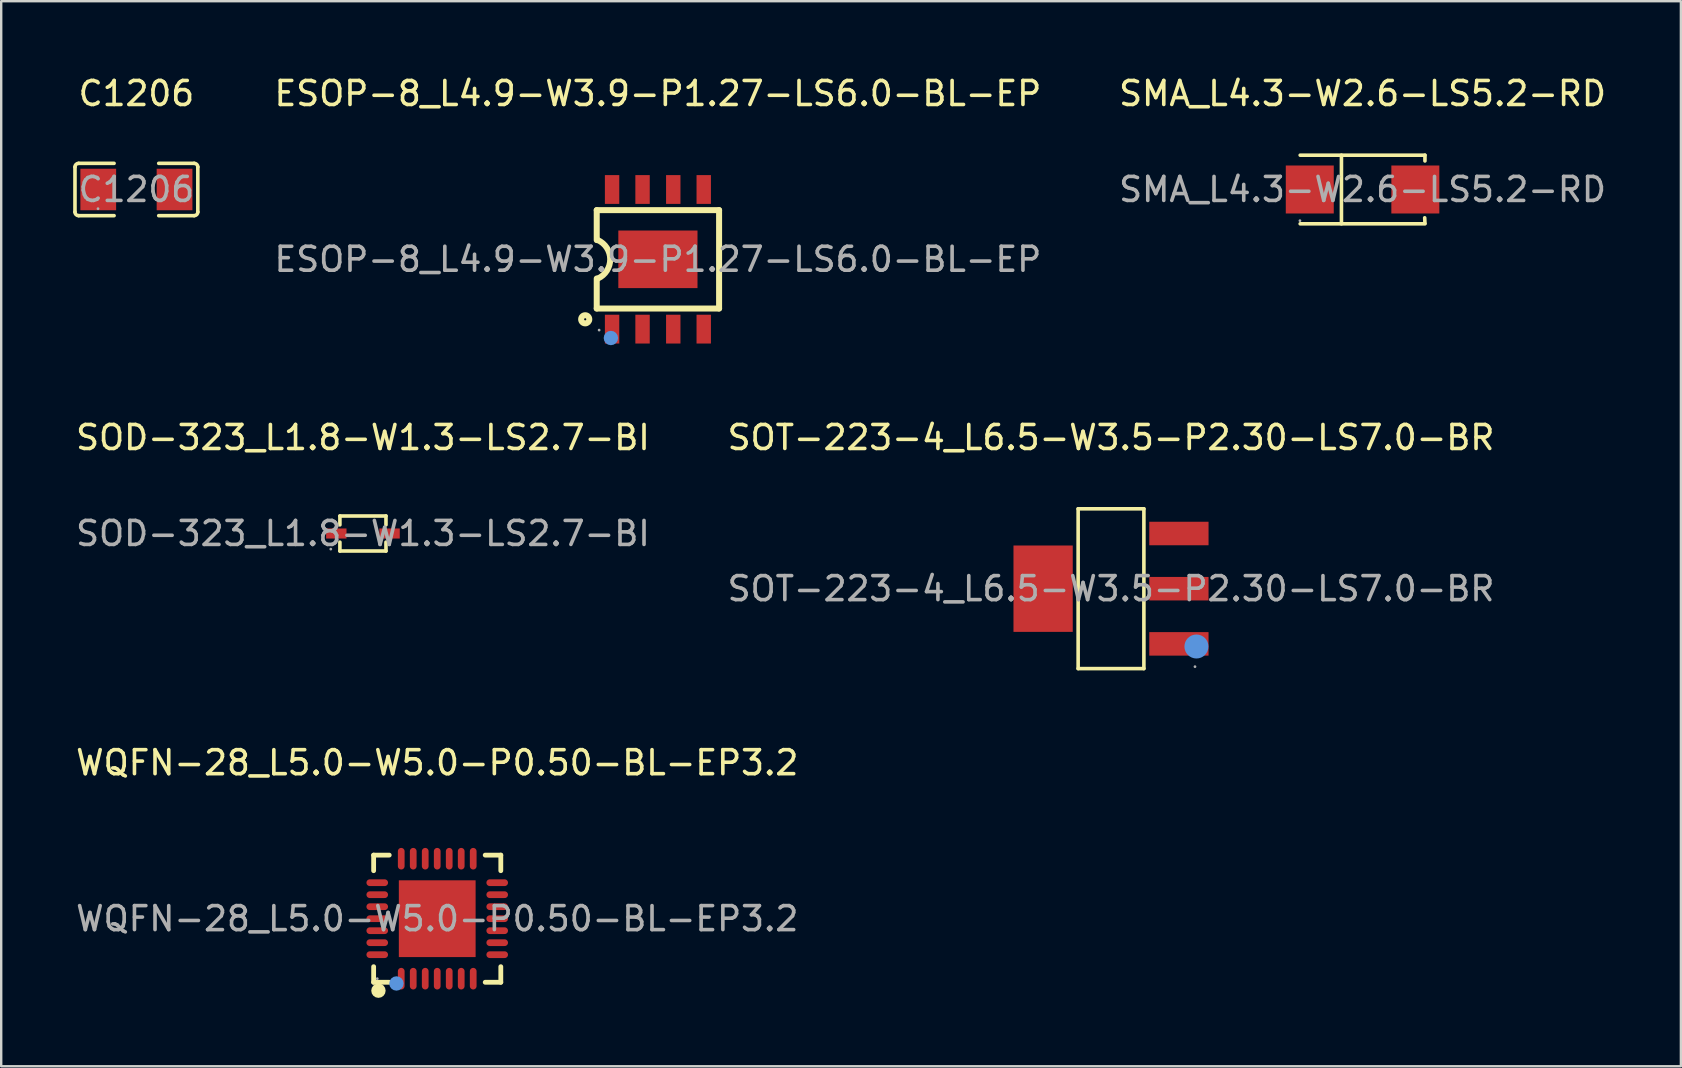
<source format=kicad_pcb>
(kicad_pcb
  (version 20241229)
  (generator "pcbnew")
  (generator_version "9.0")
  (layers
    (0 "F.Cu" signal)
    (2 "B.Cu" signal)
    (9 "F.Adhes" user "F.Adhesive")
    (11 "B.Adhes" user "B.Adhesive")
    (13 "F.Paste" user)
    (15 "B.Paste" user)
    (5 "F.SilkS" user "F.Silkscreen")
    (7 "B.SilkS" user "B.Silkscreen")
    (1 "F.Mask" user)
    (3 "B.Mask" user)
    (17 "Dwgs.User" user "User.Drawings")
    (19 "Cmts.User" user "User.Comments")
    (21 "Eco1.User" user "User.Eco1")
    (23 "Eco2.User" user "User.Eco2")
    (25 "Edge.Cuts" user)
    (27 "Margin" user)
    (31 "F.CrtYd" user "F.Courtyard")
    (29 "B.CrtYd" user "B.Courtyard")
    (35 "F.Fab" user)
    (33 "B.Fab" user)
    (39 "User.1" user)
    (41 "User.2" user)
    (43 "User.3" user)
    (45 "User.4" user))
  (footprint "ESOP-8_L4.9-W3.9-P1.27-LS6.0-BL-EP"
    (layer "F.Cu")
    (at 24.371 7.758)
    (property "Reference" "ESOP-8_L4.9-W3.9-P1.27-LS6.0-BL-EP" (at 0 -6.91 0) (layer "F.SilkS") (effects (font (size 1 1) (thickness 0.15))))
    (attr smd)
    (fp_line (start -2.55 -2.05) (end 2.55 -2.05) (stroke (width 0.25) (type solid)) (layer "F.SilkS"))
    (fp_line (start -2.55 -0.8) (end -2.55 -2.05) (stroke (width 0.25) (type solid)) (layer "F.SilkS"))
    (fp_line (start -2.55 0.8) (end -2.55 2.05) (stroke (width 0.25) (type solid)) (layer "F.SilkS"))
    (fp_line (start 2.55 -2.05) (end 2.55 2.05) (stroke (width 0.25) (type solid)) (layer "F.SilkS"))
    (fp_line (start 2.55 2.05) (end -2.55 2.05) (stroke (width 0.25) (type solid)) (layer "F.SilkS"))
    (fp_arc (start -2.505609 -0.80257) (mid -1.988586 -0.003085) (end -2.5 0.8) (stroke (width 0.25) (type solid)) (layer "F.SilkS"))
    (fp_circle (center -3.03 2.5) (end -2.86 2.5) (stroke (width 0.25) (type solid)) (fill no) (layer "F.SilkS"))
    (fp_circle (center -1.96 3.28) (end -1.81 3.28) (stroke (width 0.3) (type solid)) (fill no) (layer "Cmts.User"))
    (fp_circle (center -2.45 2.95) (end -2.42 2.95) (stroke (width 0.06) (type solid)) (fill no) (layer "F.Fab"))
    (fp_text user "${REFERENCE}" (at 0 0 0) (layer "F.Fab") (effects (font (size 1 1) (thickness 0.15))))
    (pad "1" smd rect (at -1.91 2.91) (size 0.6 1.2) (layers "F.Cu" "F.Mask" "F.Paste"))
    (pad "2" smd rect (at -0.64 2.91) (size 0.6 1.2) (layers "F.Cu" "F.Mask" "F.Paste"))
    (pad "3" smd rect (at 0.64 2.91) (size 0.6 1.2) (layers "F.Cu" "F.Mask" "F.Paste"))
    (pad "4" smd rect (at 1.91 2.91) (size 0.6 1.2) (layers "F.Cu" "F.Mask" "F.Paste"))
    (pad "5" smd rect (at 1.91 -2.91) (size 0.6 1.2) (layers "F.Cu" "F.Mask" "F.Paste"))
    (pad "6" smd rect (at 0.64 -2.91) (size 0.6 1.2) (layers "F.Cu" "F.Mask" "F.Paste"))
    (pad "7" smd rect (at -0.64 -2.91) (size 0.6 1.2) (layers "F.Cu" "F.Mask" "F.Paste"))
    (pad "8" smd rect (at -1.91 -2.91) (size 0.6 1.2) (layers "F.Cu" "F.Mask" "F.Paste"))
    (pad "9" smd rect (at 0 0 180) (size 3.3 2.4) (layers "F.Cu" "F.Mask" "F.Paste")))
  (footprint "SOT-223-4_L6.5-W3.5-P2.30-LS7.0-BR"
    (layer "F.Cu")
    (at 43.256 21.486)
    (property "Reference" "SOT-223-4_L6.5-W3.5-P2.30-LS7.0-BR" (at 0 -6.3 0) (layer "F.SilkS") (effects (font (size 1 1) (thickness 0.15))))
    (attr smd)
    (fp_line (start -1.37 -3.33) (end 1.37 -3.33) (stroke (width 0.15) (type solid)) (layer "F.SilkS"))
    (fp_line (start -1.37 3.33) (end -1.37 -3.33) (stroke (width 0.15) (type solid)) (layer "F.SilkS"))
    (fp_line (start 1.37 -3.33) (end 1.37 3.33) (stroke (width 0.15) (type solid)) (layer "F.SilkS"))
    (fp_line (start 1.37 3.33) (end -1.37 3.33) (stroke (width 0.15) (type solid)) (layer "F.SilkS"))
    (fp_circle (center 3.56 2.41) (end 3.81 2.41) (stroke (width 0.5) (type solid)) (fill no) (layer "Cmts.User"))
    (fp_circle (center 3.5 3.25) (end 3.53 3.25) (stroke (width 0.06) (type solid)) (fill no) (layer "F.Fab"))
    (fp_text user "${REFERENCE}" (at 0 0 0) (layer "F.Fab") (effects (font (size 1 1) (thickness 0.15))))
    (pad "1" smd rect (at 2.83 2.3) (size 2.47 0.98) (layers "F.Cu" "F.Mask" "F.Paste"))
    (pad "2" smd rect (at 2.83 0) (size 2.47 0.98) (layers "F.Cu" "F.Mask" "F.Paste"))
    (pad "3" smd rect (at 2.83 -2.3) (size 2.47 0.98) (layers "F.Cu" "F.Mask" "F.Paste"))
    (pad "4" smd rect (at -2.83 0) (size 2.47 3.6) (layers "F.Cu" "F.Mask" "F.Paste")))
  (footprint "SMA_L4.3-W2.6-LS5.2-RD"
    (layer "F.Cu")
    (at 53.74 4.848)
    (property "Reference" "SMA_L4.3-W2.6-LS5.2-RD" (at 0 -4 0) (layer "F.SilkS") (effects (font (size 1 1) (thickness 0.15))))
    (attr through_hole)
    (fp_line (start -2.6 -1.43) (end 2.6 -1.43) (stroke (width 0.15) (type solid)) (layer "F.SilkS"))
    (fp_line (start -2.6 1.43) (end 2.6 1.43) (stroke (width 0.15) (type solid)) (layer "F.SilkS"))
    (fp_line (start -0.88 -1.43) (end -0.88 1.43) (stroke (width 0.15) (type solid)) (layer "F.SilkS"))
    (fp_line (start 2.59 1.18) (end 2.6 1.41) (stroke (width 0.15) (type solid)) (layer "F.SilkS"))
    (fp_line (start 2.6 -1.43) (end 2.6 -1.19) (stroke (width 0.15) (type solid)) (layer "F.SilkS"))
    (fp_circle (center -2.61 1.3) (end -2.58 1.3) (stroke (width 0.06) (type solid)) (fill no) (layer "F.Fab"))
    (fp_text user "${REFERENCE}" (at 0 0 0) (layer "F.Fab") (effects (font (size 1 1) (thickness 0.15))))
    (pad "1" smd rect (at -2.2 0 180) (size 2 2) (layers "F.Cu" "F.Mask" "F.Paste"))
    (pad "2" smd rect (at 2.2 0 180) (size 2 2) (layers "F.Cu" "F.Mask" "F.Paste")))
  (footprint "SOD-323_L1.8-W1.3-LS2.7-BI"
    (layer "F.Cu")
    (at 12.077 19.186)
    (property "Reference" "SOD-323_L1.8-W1.3-LS2.7-BI" (at 0 -4 0) (layer "F.SilkS") (effects (font (size 1 1) (thickness 0.15))))
    (attr smd)
    (fp_line (start -0.96 -0.73) (end 0.96 -0.73) (stroke (width 0.15) (type solid)) (layer "F.SilkS"))
    (fp_line (start -0.96 -0.36) (end -0.96 -0.73) (stroke (width 0.15) (type solid)) (layer "F.SilkS"))
    (fp_line (start -0.96 0.36) (end -0.96 0.73) (stroke (width 0.15) (type solid)) (layer "F.SilkS"))
    (fp_line (start -0.96 0.73) (end 0.96 0.73) (stroke (width 0.15) (type solid)) (layer "F.SilkS"))
    (fp_line (start 0.96 -0.36) (end 0.96 -0.73) (stroke (width 0.15) (type solid)) (layer "F.SilkS"))
    (fp_line (start 0.96 0.36) (end 0.96 0.73) (stroke (width 0.15) (type solid)) (layer "F.SilkS"))
    (fp_circle (center -1.34 0.65) (end -1.31 0.65) (stroke (width 0.06) (type solid)) (fill no) (layer "F.Fab"))
    (fp_text user "${REFERENCE}" (at 0 0 0) (layer "F.Fab") (effects (font (size 1 1) (thickness 0.15))))
    (pad "1" smd rect (at -1.11 0) (size 0.85 0.42) (layers "F.Cu" "F.Mask" "F.Paste"))
    (pad "2" smd rect (at 1.11 0) (size 0.85 0.42) (layers "F.Cu" "F.Mask" "F.Paste")))
  (footprint "WQFN-28_L5.0-W5.0-P0.50-BL-EP3.2"
    (layer "F.Cu")
    (at 15.173 35.24)
    (property "Reference" "WQFN-28_L5.0-W5.0-P0.50-BL-EP3.2" (at 0 -6.5 0) (layer "F.SilkS") (effects (font (size 1 1) (thickness 0.15))))
    (attr smd)
    (fp_line (start -2.65 -2.65) (end -2.65 -2) (stroke (width 0.2) (type solid)) (layer "F.SilkS"))
    (fp_line (start -2.65 2.65) (end -2.65 2) (stroke (width 0.2) (type solid)) (layer "F.SilkS"))
    (fp_line (start -2 -2.65) (end -2.65 -2.65) (stroke (width 0.2) (type solid)) (layer "F.SilkS"))
    (fp_line (start -2 2.65) (end -2.65 2.65) (stroke (width 0.2) (type solid)) (layer "F.SilkS"))
    (fp_line (start 2 2.65) (end 2.65 2.65) (stroke (width 0.2) (type solid)) (layer "F.SilkS"))
    (fp_line (start 2.65 -2.65) (end 2 -2.65) (stroke (width 0.2) (type solid)) (layer "F.SilkS"))
    (fp_line (start 2.65 -2) (end 2.65 -2.65) (stroke (width 0.2) (type solid)) (layer "F.SilkS"))
    (fp_line (start 2.65 2.65) (end 2.65 2) (stroke (width 0.2) (type solid)) (layer "F.SilkS"))
    (fp_arc (start -2.45 3) (mid -2.45 3) (end -2.45 3) (stroke (width 0.3) (type solid)) (layer "F.SilkS"))
    (fp_circle (center -1.7 2.7) (end -1.55 2.7) (stroke (width 0.3) (type solid)) (fill no) (layer "Cmts.User"))
    (fp_circle (center -2.5 2.5) (end -2.47 2.5) (stroke (width 0.06) (type solid)) (fill no) (layer "F.Fab"))
    (fp_text user "${REFERENCE}" (at 0 0 0) (layer "F.Fab") (effects (font (size 1 1) (thickness 0.15))))
    (pad "1" smd oval (at -1.5 2.5 180) (size 0.28 0.9) (layers "F.Cu" "F.Mask" "F.Paste"))
    (pad "2" smd oval (at -1 2.5 180) (size 0.28 0.9) (layers "F.Cu" "F.Mask" "F.Paste"))
    (pad "3" smd oval (at -0.5 2.5 180) (size 0.28 0.9) (layers "F.Cu" "F.Mask" "F.Paste"))
    (pad "4" smd oval (at 0 2.5 180) (size 0.28 0.9) (layers "F.Cu" "F.Mask" "F.Paste"))
    (pad "5" smd oval (at 0.5 2.5 180) (size 0.28 0.9) (layers "F.Cu" "F.Mask" "F.Paste"))
    (pad "6" smd oval (at 1 2.5 180) (size 0.28 0.9) (layers "F.Cu" "F.Mask" "F.Paste"))
    (pad "7" smd oval (at 1.5 2.5 180) (size 0.28 0.9) (layers "F.Cu" "F.Mask" "F.Paste"))
    (pad "8" smd oval (at 2.5 1.5 90) (size 0.28 0.9) (layers "F.Cu" "F.Mask" "F.Paste"))
    (pad "9" smd oval (at 2.5 1 90) (size 0.28 0.9) (layers "F.Cu" "F.Mask" "F.Paste"))
    (pad "10" smd oval (at 2.5 0.5 90) (size 0.28 0.9) (layers "F.Cu" "F.Mask" "F.Paste"))
    (pad "11" smd oval (at 2.5 0 90) (size 0.28 0.9) (layers "F.Cu" "F.Mask" "F.Paste"))
    (pad "12" smd oval (at 2.5 -0.5 90) (size 0.28 0.9) (layers "F.Cu" "F.Mask" "F.Paste"))
    (pad "13" smd oval (at 2.5 -1 90) (size 0.28 0.9) (layers "F.Cu" "F.Mask" "F.Paste"))
    (pad "14" smd oval (at 2.5 -1.5 90) (size 0.28 0.9) (layers "F.Cu" "F.Mask" "F.Paste"))
    (pad "15" smd oval (at 1.5 -2.5 180) (size 0.28 0.9) (layers "F.Cu" "F.Mask" "F.Paste"))
    (pad "16" smd oval (at 1 -2.5 180) (size 0.28 0.9) (layers "F.Cu" "F.Mask" "F.Paste"))
    (pad "17" smd oval (at 0.5 -2.5 180) (size 0.28 0.9) (layers "F.Cu" "F.Mask" "F.Paste"))
    (pad "18" smd oval (at 0 -2.5 180) (size 0.28 0.9) (layers "F.Cu" "F.Mask" "F.Paste"))
    (pad "19" smd oval (at -0.5 -2.5 180) (size 0.28 0.9) (layers "F.Cu" "F.Mask" "F.Paste"))
    (pad "20" smd oval (at -1 -2.5 180) (size 0.28 0.9) (layers "F.Cu" "F.Mask" "F.Paste"))
    (pad "21" smd oval (at -1.5 -2.5 180) (size 0.28 0.9) (layers "F.Cu" "F.Mask" "F.Paste"))
    (pad "22" smd oval (at -2.5 -1.5 90) (size 0.28 0.9) (layers "F.Cu" "F.Mask" "F.Paste"))
    (pad "23" smd oval (at -2.5 -1 90) (size 0.28 0.9) (layers "F.Cu" "F.Mask" "F.Paste"))
    (pad "24" smd oval (at -2.5 -0.5 90) (size 0.28 0.9) (layers "F.Cu" "F.Mask" "F.Paste"))
    (pad "25" smd oval (at -2.5 0 90) (size 0.28 0.9) (layers "F.Cu" "F.Mask" "F.Paste"))
    (pad "26" smd oval (at -2.5 0.5 90) (size 0.28 0.9) (layers "F.Cu" "F.Mask" "F.Paste"))
    (pad "27" smd oval (at -2.5 1 90) (size 0.28 0.9) (layers "F.Cu" "F.Mask" "F.Paste"))
    (pad "28" smd oval (at -2.5 1.5 90) (size 0.28 0.9) (layers "F.Cu" "F.Mask" "F.Paste"))
    (pad "29" smd rect (at 0 0 90) (size 3.2 3.2) (layers "F.Cu" "F.Mask" "F.Paste")))
  (footprint "C1206"
    (layer "F.Cu")
    (at 2.635 4.848)
    (property "Reference" "C1206" (at 0 -4 0) (layer "F.SilkS") (effects (font (size 1 1) (thickness 0.15))))
    (attr smd)
    (fp_line (start -2.56 0.94) (end -2.56 -0.94) (stroke (width 0.15) (type solid)) (layer "F.SilkS"))
    (fp_line (start -2.41 -1.09) (end -0.93 -1.09) (stroke (width 0.15) (type solid)) (layer "F.SilkS"))
    (fp_line (start -0.93 1.09) (end -2.41 1.09) (stroke (width 0.15) (type solid)) (layer "F.SilkS"))
    (fp_line (start 0.93 1.09) (end 2.41 1.09) (stroke (width 0.15) (type solid)) (layer "F.SilkS"))
    (fp_line (start 2.41 -1.09) (end 0.93 -1.09) (stroke (width 0.15) (type solid)) (layer "F.SilkS"))
    (fp_line (start 2.56 0.94) (end 2.56 -0.94) (stroke (width 0.15) (type solid)) (layer "F.SilkS"))
    (fp_arc (start -2.56 -0.94) (mid -2.516066 -1.046066) (end -2.41 -1.09) (stroke (width 0.15) (type solid)) (layer "F.SilkS"))
    (fp_arc (start -2.41 1.09) (mid -2.516066 1.046066) (end -2.56 0.94) (stroke (width 0.15) (type solid)) (layer "F.SilkS"))
    (fp_arc (start 2.41 -1.09) (mid 2.516066 -1.046066) (end 2.56 -0.94) (stroke (width 0.15) (type solid)) (layer "F.SilkS"))
    (fp_arc (start 2.56 0.94) (mid 2.516066 1.046066) (end 2.41 1.09) (stroke (width 0.15) (type solid)) (layer "F.SilkS"))
    (fp_circle (center -1.6 0.8) (end -1.57 0.8) (stroke (width 0.06) (type solid)) (fill no) (layer "F.Fab"))
    (fp_text user "${REFERENCE}" (at 0 0 0) (layer "F.Fab") (effects (font (size 1 1) (thickness 0.15))))
    (pad "1" smd rect (at -1.59 0) (size 1.49 1.73) (layers "F.Cu" "F.Mask" "F.Paste"))
    (pad "2" smd rect (at 1.59 0) (size 1.49 1.73) (layers "F.Cu" "F.Mask" "F.Paste")))
  (gr_rect
    (start -3 -3)
    (end 67.008 41.39)
    (stroke (width 0.1) (type default))
    (fill no)
    (layer "Edge.Cuts")))
</source>
